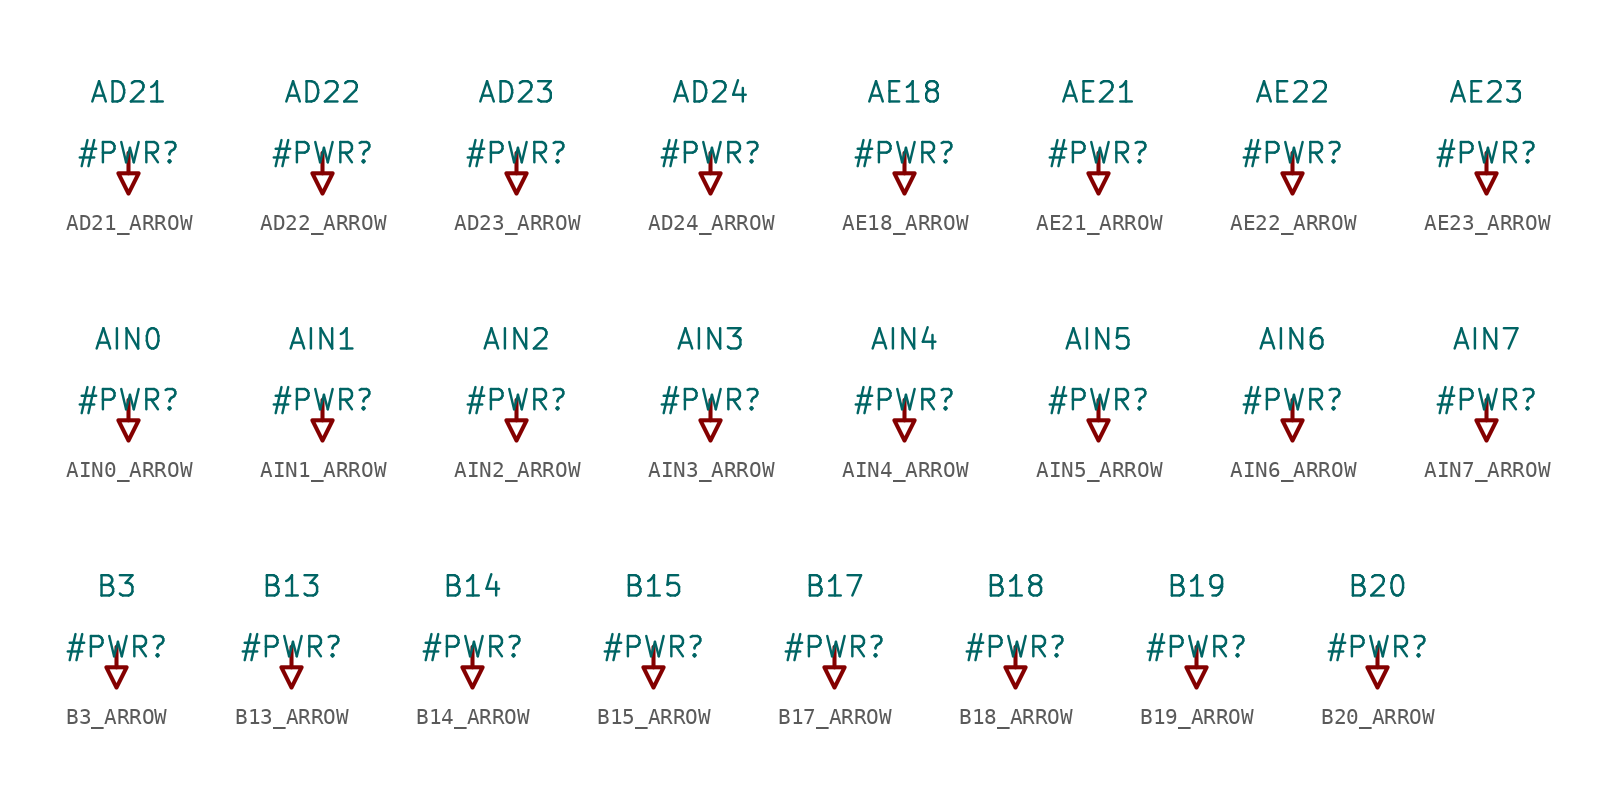
<source format=kicad_sym>
(kicad_symbol_lib
  (version 20231120)
  (generator "kicad_symbol_editor")
  (generator_version "8.0")
  (symbol "AD21_ARROW"
    (power)
    (property "Reference" "#PWR"
      (at 0 0 0)
      (effects (font (size 1.27 1.27))))
    (property "Value" "AD21"
      (at 0 3.81 0)
      (effects (font (size 1.27 1.27))))
    (symbol "AD21_ARROW_0_0"
      (polyline (pts (xy 0 0) (xy 0 -1.27)) (stroke (width 0.254) (type solid)) (fill (type none)))
      (polyline (pts (xy -0.635 -1.27) (xy 0.635 -1.27) (xy 0 -2.54) (xy -0.635 -1.27)) (stroke (width 0.254) (type solid)) (fill (type none)))
      (pin power_in line (at 0 0 0) (length 0) hide (name "AD21" (effects (font (size 1.27 1.27)))) (number "" (effects (font (size 1.27 1.27)))))))
  (symbol "AD22_ARROW"
    (power)
    (property "Reference" "#PWR"
      (at 0 0 0)
      (effects (font (size 1.27 1.27))))
    (property "Value" "AD22"
      (at 0 3.81 0)
      (effects (font (size 1.27 1.27))))
    (symbol "AD22_ARROW_0_0"
      (polyline (pts (xy 0 0) (xy 0 -1.27)) (stroke (width 0.254) (type solid)) (fill (type none)))
      (polyline (pts (xy -0.635 -1.27) (xy 0.635 -1.27) (xy 0 -2.54) (xy -0.635 -1.27)) (stroke (width 0.254) (type solid)) (fill (type none)))
      (pin power_in line (at 0 0 0) (length 0) hide (name "AD22" (effects (font (size 1.27 1.27)))) (number "" (effects (font (size 1.27 1.27)))))))
  (symbol "AD23_ARROW"
    (power)
    (property "Reference" "#PWR"
      (at 0 0 0)
      (effects (font (size 1.27 1.27))))
    (property "Value" "AD23"
      (at 0 3.81 0)
      (effects (font (size 1.27 1.27))))
    (symbol "AD23_ARROW_0_0"
      (polyline (pts (xy 0 0) (xy 0 -1.27)) (stroke (width 0.254) (type solid)) (fill (type none)))
      (polyline (pts (xy -0.635 -1.27) (xy 0.635 -1.27) (xy 0 -2.54) (xy -0.635 -1.27)) (stroke (width 0.254) (type solid)) (fill (type none)))
      (pin power_in line (at 0 0 0) (length 0) hide (name "AD23" (effects (font (size 1.27 1.27)))) (number "" (effects (font (size 1.27 1.27)))))))
  (symbol "AD24_ARROW"
    (power)
    (property "Reference" "#PWR"
      (at 0 0 0)
      (effects (font (size 1.27 1.27))))
    (property "Value" "AD24"
      (at 0 3.81 0)
      (effects (font (size 1.27 1.27))))
    (symbol "AD24_ARROW_0_0"
      (polyline (pts (xy 0 0) (xy 0 -1.27)) (stroke (width 0.254) (type solid)) (fill (type none)))
      (polyline (pts (xy -0.635 -1.27) (xy 0.635 -1.27) (xy 0 -2.54) (xy -0.635 -1.27)) (stroke (width 0.254) (type solid)) (fill (type none)))
      (pin power_in line (at 0 0 0) (length 0) hide (name "AD24" (effects (font (size 1.27 1.27)))) (number "" (effects (font (size 1.27 1.27)))))))
  (symbol "AE18_ARROW"
    (power)
    (property "Reference" "#PWR"
      (at 0 0 0)
      (effects (font (size 1.27 1.27))))
    (property "Value" "AE18"
      (at 0 3.81 0)
      (effects (font (size 1.27 1.27))))
    (symbol "AE18_ARROW_0_0"
      (polyline (pts (xy 0 0) (xy 0 -1.27)) (stroke (width 0.254) (type solid)) (fill (type none)))
      (polyline (pts (xy -0.635 -1.27) (xy 0.635 -1.27) (xy 0 -2.54) (xy -0.635 -1.27)) (stroke (width 0.254) (type solid)) (fill (type none)))
      (pin power_in line (at 0 0 0) (length 0) hide (name "AE18" (effects (font (size 1.27 1.27)))) (number "" (effects (font (size 1.27 1.27)))))))
  (symbol "AE21_ARROW"
    (power)
    (property "Reference" "#PWR"
      (at 0 0 0)
      (effects (font (size 1.27 1.27))))
    (property "Value" "AE21"
      (at 0 3.81 0)
      (effects (font (size 1.27 1.27))))
    (symbol "AE21_ARROW_0_0"
      (polyline (pts (xy 0 0) (xy 0 -1.27)) (stroke (width 0.254) (type solid)) (fill (type none)))
      (polyline (pts (xy -0.635 -1.27) (xy 0.635 -1.27) (xy 0 -2.54) (xy -0.635 -1.27)) (stroke (width 0.254) (type solid)) (fill (type none)))
      (pin power_in line (at 0 0 0) (length 0) hide (name "AE21" (effects (font (size 1.27 1.27)))) (number "" (effects (font (size 1.27 1.27)))))))
  (symbol "AE22_ARROW"
    (power)
    (property "Reference" "#PWR"
      (at 0 0 0)
      (effects (font (size 1.27 1.27))))
    (property "Value" "AE22"
      (at 0 3.81 0)
      (effects (font (size 1.27 1.27))))
    (symbol "AE22_ARROW_0_0"
      (polyline (pts (xy 0 0) (xy 0 -1.27)) (stroke (width 0.254) (type solid)) (fill (type none)))
      (polyline (pts (xy -0.635 -1.27) (xy 0.635 -1.27) (xy 0 -2.54) (xy -0.635 -1.27)) (stroke (width 0.254) (type solid)) (fill (type none)))
      (pin power_in line (at 0 0 0) (length 0) hide (name "AE22" (effects (font (size 1.27 1.27)))) (number "" (effects (font (size 1.27 1.27)))))))
  (symbol "AE23_ARROW"
    (power)
    (property "Reference" "#PWR"
      (at 0 0 0)
      (effects (font (size 1.27 1.27))))
    (property "Value" "AE23"
      (at 0 3.81 0)
      (effects (font (size 1.27 1.27))))
    (symbol "AE23_ARROW_0_0"
      (polyline (pts (xy 0 0) (xy 0 -1.27)) (stroke (width 0.254) (type solid)) (fill (type none)))
      (polyline (pts (xy -0.635 -1.27) (xy 0.635 -1.27) (xy 0 -2.54) (xy -0.635 -1.27)) (stroke (width 0.254) (type solid)) (fill (type none)))
      (pin power_in line (at 0 0 0) (length 0) hide (name "AE23" (effects (font (size 1.27 1.27)))) (number "" (effects (font (size 1.27 1.27)))))))
  (symbol "AIN0_ARROW"
    (power)
    (property "Reference" "#PWR"
      (at 0 0 0)
      (effects (font (size 1.27 1.27))))
    (property "Value" "AIN0"
      (at 0 3.81 0)
      (effects (font (size 1.27 1.27))))
    (symbol "AIN0_ARROW_0_0"
      (polyline (pts (xy 0 0) (xy 0 -1.27)) (stroke (width 0.254) (type solid)) (fill (type none)))
      (polyline (pts (xy -0.635 -1.27) (xy 0.635 -1.27) (xy 0 -2.54) (xy -0.635 -1.27)) (stroke (width 0.254) (type solid)) (fill (type none)))
      (pin power_in line (at 0 0 0) (length 0) hide (name "AIN0" (effects (font (size 1.27 1.27)))) (number "" (effects (font (size 1.27 1.27)))))))
  (symbol "AIN1_ARROW"
    (power)
    (property "Reference" "#PWR"
      (at 0 0 0)
      (effects (font (size 1.27 1.27))))
    (property "Value" "AIN1"
      (at 0 3.81 0)
      (effects (font (size 1.27 1.27))))
    (symbol "AIN1_ARROW_0_0"
      (polyline (pts (xy 0 0) (xy 0 -1.27)) (stroke (width 0.254) (type solid)) (fill (type none)))
      (polyline (pts (xy -0.635 -1.27) (xy 0.635 -1.27) (xy 0 -2.54) (xy -0.635 -1.27)) (stroke (width 0.254) (type solid)) (fill (type none)))
      (pin power_in line (at 0 0 0) (length 0) hide (name "AIN1" (effects (font (size 1.27 1.27)))) (number "" (effects (font (size 1.27 1.27)))))))
  (symbol "AIN2_ARROW"
    (power)
    (property "Reference" "#PWR"
      (at 0 0 0)
      (effects (font (size 1.27 1.27))))
    (property "Value" "AIN2"
      (at 0 3.81 0)
      (effects (font (size 1.27 1.27))))
    (symbol "AIN2_ARROW_0_0"
      (polyline (pts (xy 0 0) (xy 0 -1.27)) (stroke (width 0.254) (type solid)) (fill (type none)))
      (polyline (pts (xy -0.635 -1.27) (xy 0.635 -1.27) (xy 0 -2.54) (xy -0.635 -1.27)) (stroke (width 0.254) (type solid)) (fill (type none)))
      (pin power_in line (at 0 0 0) (length 0) hide (name "AIN2" (effects (font (size 1.27 1.27)))) (number "" (effects (font (size 1.27 1.27)))))))
  (symbol "AIN3_ARROW"
    (power)
    (property "Reference" "#PWR"
      (at 0 0 0)
      (effects (font (size 1.27 1.27))))
    (property "Value" "AIN3"
      (at 0 3.81 0)
      (effects (font (size 1.27 1.27))))
    (symbol "AIN3_ARROW_0_0"
      (polyline (pts (xy 0 0) (xy 0 -1.27)) (stroke (width 0.254) (type solid)) (fill (type none)))
      (polyline (pts (xy -0.635 -1.27) (xy 0.635 -1.27) (xy 0 -2.54) (xy -0.635 -1.27)) (stroke (width 0.254) (type solid)) (fill (type none)))
      (pin power_in line (at 0 0 0) (length 0) hide (name "AIN3" (effects (font (size 1.27 1.27)))) (number "" (effects (font (size 1.27 1.27)))))))
  (symbol "AIN4_ARROW"
    (power)
    (property "Reference" "#PWR"
      (at 0 0 0)
      (effects (font (size 1.27 1.27))))
    (property "Value" "AIN4"
      (at 0 3.81 0)
      (effects (font (size 1.27 1.27))))
    (symbol "AIN4_ARROW_0_0"
      (polyline (pts (xy 0 0) (xy 0 -1.27)) (stroke (width 0.254) (type solid)) (fill (type none)))
      (polyline (pts (xy -0.635 -1.27) (xy 0.635 -1.27) (xy 0 -2.54) (xy -0.635 -1.27)) (stroke (width 0.254) (type solid)) (fill (type none)))
      (pin power_in line (at 0 0 0) (length 0) hide (name "AIN4" (effects (font (size 1.27 1.27)))) (number "" (effects (font (size 1.27 1.27)))))))
  (symbol "AIN5_ARROW"
    (power)
    (property "Reference" "#PWR"
      (at 0 0 0)
      (effects (font (size 1.27 1.27))))
    (property "Value" "AIN5"
      (at 0 3.81 0)
      (effects (font (size 1.27 1.27))))
    (symbol "AIN5_ARROW_0_0"
      (polyline (pts (xy 0 0) (xy 0 -1.27)) (stroke (width 0.254) (type solid)) (fill (type none)))
      (polyline (pts (xy -0.635 -1.27) (xy 0.635 -1.27) (xy 0 -2.54) (xy -0.635 -1.27)) (stroke (width 0.254) (type solid)) (fill (type none)))
      (pin power_in line (at 0 0 0) (length 0) hide (name "AIN5" (effects (font (size 1.27 1.27)))) (number "" (effects (font (size 1.27 1.27)))))))
  (symbol "AIN6_ARROW"
    (power)
    (property "Reference" "#PWR"
      (at 0 0 0)
      (effects (font (size 1.27 1.27))))
    (property "Value" "AIN6"
      (at 0 3.81 0)
      (effects (font (size 1.27 1.27))))
    (symbol "AIN6_ARROW_0_0"
      (polyline (pts (xy 0 0) (xy 0 -1.27)) (stroke (width 0.254) (type solid)) (fill (type none)))
      (polyline (pts (xy -0.635 -1.27) (xy 0.635 -1.27) (xy 0 -2.54) (xy -0.635 -1.27)) (stroke (width 0.254) (type solid)) (fill (type none)))
      (pin power_in line (at 0 0 0) (length 0) hide (name "AIN6" (effects (font (size 1.27 1.27)))) (number "" (effects (font (size 1.27 1.27)))))))
  (symbol "AIN7_ARROW"
    (power)
    (property "Reference" "#PWR"
      (at 0 0 0)
      (effects (font (size 1.27 1.27))))
    (property "Value" "AIN7"
      (at 0 3.81 0)
      (effects (font (size 1.27 1.27))))
    (symbol "AIN7_ARROW_0_0"
      (polyline (pts (xy 0 0) (xy 0 -1.27)) (stroke (width 0.254) (type solid)) (fill (type none)))
      (polyline (pts (xy -0.635 -1.27) (xy 0.635 -1.27) (xy 0 -2.54) (xy -0.635 -1.27)) (stroke (width 0.254) (type solid)) (fill (type none)))
      (pin power_in line (at 0 0 0) (length 0) hide (name "AIN7" (effects (font (size 1.27 1.27)))) (number "" (effects (font (size 1.27 1.27)))))))
  (symbol "B3_ARROW"
    (power)
    (property "Reference" "#PWR"
      (at 0 0 0)
      (effects (font (size 1.27 1.27))))
    (property "Value" "B3"
      (at 0 3.81 0)
      (effects (font (size 1.27 1.27))))
    (symbol "B3_ARROW_0_0"
      (polyline (pts (xy 0 0) (xy 0 -1.27)) (stroke (width 0.254) (type solid)) (fill (type none)))
      (polyline (pts (xy -0.635 -1.27) (xy 0.635 -1.27) (xy 0 -2.54) (xy -0.635 -1.27)) (stroke (width 0.254) (type solid)) (fill (type none)))
      (pin power_in line (at 0 0 0) (length 0) hide (name "B3" (effects (font (size 1.27 1.27)))) (number "" (effects (font (size 1.27 1.27)))))))
  (symbol "B13_ARROW"
    (power)
    (property "Reference" "#PWR"
      (at 0 0 0)
      (effects (font (size 1.27 1.27))))
    (property "Value" "B13"
      (at 0 3.81 0)
      (effects (font (size 1.27 1.27))))
    (symbol "B13_ARROW_0_0"
      (polyline (pts (xy 0 0) (xy 0 -1.27)) (stroke (width 0.254) (type solid)) (fill (type none)))
      (polyline (pts (xy -0.635 -1.27) (xy 0.635 -1.27) (xy 0 -2.54) (xy -0.635 -1.27)) (stroke (width 0.254) (type solid)) (fill (type none)))
      (pin power_in line (at 0 0 0) (length 0) hide (name "B13" (effects (font (size 1.27 1.27)))) (number "" (effects (font (size 1.27 1.27)))))))
  (symbol "B14_ARROW"
    (power)
    (property "Reference" "#PWR"
      (at 0 0 0)
      (effects (font (size 1.27 1.27))))
    (property "Value" "B14"
      (at 0 3.81 0)
      (effects (font (size 1.27 1.27))))
    (symbol "B14_ARROW_0_0"
      (polyline (pts (xy 0 0) (xy 0 -1.27)) (stroke (width 0.254) (type solid)) (fill (type none)))
      (polyline (pts (xy -0.635 -1.27) (xy 0.635 -1.27) (xy 0 -2.54) (xy -0.635 -1.27)) (stroke (width 0.254) (type solid)) (fill (type none)))
      (pin power_in line (at 0 0 0) (length 0) hide (name "B14" (effects (font (size 1.27 1.27)))) (number "" (effects (font (size 1.27 1.27)))))))
  (symbol "B15_ARROW"
    (power)
    (property "Reference" "#PWR"
      (at 0 0 0)
      (effects (font (size 1.27 1.27))))
    (property "Value" "B15"
      (at 0 3.81 0)
      (effects (font (size 1.27 1.27))))
    (symbol "B15_ARROW_0_0"
      (polyline (pts (xy 0 0) (xy 0 -1.27)) (stroke (width 0.254) (type solid)) (fill (type none)))
      (polyline (pts (xy -0.635 -1.27) (xy 0.635 -1.27) (xy 0 -2.54) (xy -0.635 -1.27)) (stroke (width 0.254) (type solid)) (fill (type none)))
      (pin power_in line (at 0 0 0) (length 0) hide (name "B15" (effects (font (size 1.27 1.27)))) (number "" (effects (font (size 1.27 1.27)))))))
  (symbol "B17_ARROW"
    (power)
    (property "Reference" "#PWR"
      (at 0 0 0)
      (effects (font (size 1.27 1.27))))
    (property "Value" "B17"
      (at 0 3.81 0)
      (effects (font (size 1.27 1.27))))
    (symbol "B17_ARROW_0_0"
      (polyline (pts (xy 0 0) (xy 0 -1.27)) (stroke (width 0.254) (type solid)) (fill (type none)))
      (polyline (pts (xy -0.635 -1.27) (xy 0.635 -1.27) (xy 0 -2.54) (xy -0.635 -1.27)) (stroke (width 0.254) (type solid)) (fill (type none)))
      (pin power_in line (at 0 0 0) (length 0) hide (name "B17" (effects (font (size 1.27 1.27)))) (number "" (effects (font (size 1.27 1.27)))))))
  (symbol "B18_ARROW"
    (power)
    (property "Reference" "#PWR"
      (at 0 0 0)
      (effects (font (size 1.27 1.27))))
    (property "Value" "B18"
      (at 0 3.81 0)
      (effects (font (size 1.27 1.27))))
    (symbol "B18_ARROW_0_0"
      (polyline (pts (xy 0 0) (xy 0 -1.27)) (stroke (width 0.254) (type solid)) (fill (type none)))
      (polyline (pts (xy -0.635 -1.27) (xy 0.635 -1.27) (xy 0 -2.54) (xy -0.635 -1.27)) (stroke (width 0.254) (type solid)) (fill (type none)))
      (pin power_in line (at 0 0 0) (length 0) hide (name "B18" (effects (font (size 1.27 1.27)))) (number "" (effects (font (size 1.27 1.27)))))))
  (symbol "B19_ARROW"
    (power)
    (property "Reference" "#PWR"
      (at 0 0 0)
      (effects (font (size 1.27 1.27))))
    (property "Value" "B19"
      (at 0 3.81 0)
      (effects (font (size 1.27 1.27))))
    (symbol "B19_ARROW_0_0"
      (polyline (pts (xy 0 0) (xy 0 -1.27)) (stroke (width 0.254) (type solid)) (fill (type none)))
      (polyline (pts (xy -0.635 -1.27) (xy 0.635 -1.27) (xy 0 -2.54) (xy -0.635 -1.27)) (stroke (width 0.254) (type solid)) (fill (type none)))
      (pin power_in line (at 0 0 0) (length 0) hide (name "B19" (effects (font (size 1.27 1.27)))) (number "" (effects (font (size 1.27 1.27)))))))
  (symbol "B20_ARROW"
    (power)
    (property "Reference" "#PWR"
      (at 0 0 0)
      (effects (font (size 1.27 1.27))))
    (property "Value" "B20"
      (at 0 3.81 0)
      (effects (font (size 1.27 1.27))))
    (symbol "B20_ARROW_0_0"
      (polyline (pts (xy 0 0) (xy 0 -1.27)) (stroke (width 0.254) (type solid)) (fill (type none)))
      (polyline (pts (xy -0.635 -1.27) (xy 0.635 -1.27) (xy 0 -2.54) (xy -0.635 -1.27)) (stroke (width 0.254) (type solid)) (fill (type none)))
      (pin power_in line (at 0 0 0) (length 0) hide (name "B20" (effects (font (size 1.27 1.27)))) (number "" (effects (font (size 1.27 1.27))))))))
</source>
